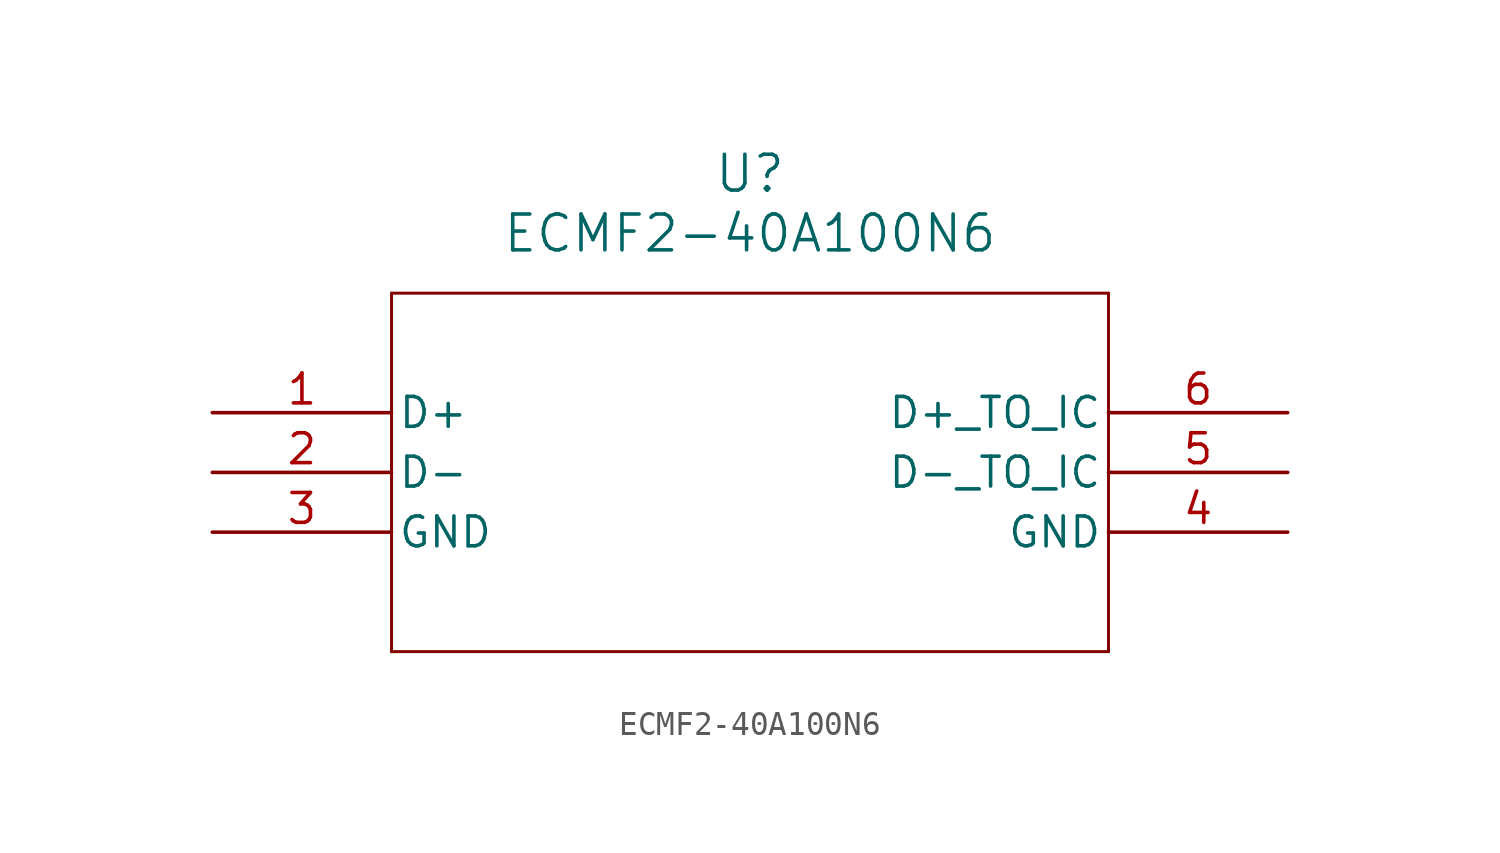
<source format=kicad_sym>
(kicad_symbol_lib
  (version 20211014)
  (generator kicad_symbol_editor)
  (symbol "ECMF2-40A100N6"
    (pin_names
      (offset 0.254))
    (property "Reference" "U"
      (at 22.86 10.16 0)
      (effects (font (size 1.524 1.524))))
    (property "Value" "ECMF2-40A100N6"
      (at 22.86 7.62 0)
      (effects (font (size 1.524 1.524))))
    (symbol "ECMF2-40A100N6_0_1"
      (polyline (pts (xy 7.62 5.08) (xy 7.62 -10.16)) (stroke (width 0.127) (type default) (color 0 0 0 0)) (fill (type none)))
      (polyline (pts (xy 7.62 -10.16) (xy 38.1 -10.16)) (stroke (width 0.127) (type default) (color 0 0 0 0)) (fill (type none)))
      (polyline (pts (xy 38.1 -10.16) (xy 38.1 5.08)) (stroke (width 0.127) (type default) (color 0 0 0 0)) (fill (type none)))
      (polyline (pts (xy 38.1 5.08) (xy 7.62 5.08)) (stroke (width 0.127) (type default) (color 0 0 0 0)) (fill (type none)))
      (pin bidirectional line (at 0 0 0) (length 7.62) (name "D+" (effects (font (size 1.27 1.27)))) (number "1" (effects (font (size 1.27 1.27)))))
      (pin bidirectional line (at 0 -2.54 0) (length 7.62) (name "D-" (effects (font (size 1.27 1.27)))) (number "2" (effects (font (size 1.27 1.27)))))
      (pin power_out line (at 0 -5.08 0) (length 7.62) (name "GND" (effects (font (size 1.27 1.27)))) (number "3" (effects (font (size 1.27 1.27)))))
      (pin power_out line (at 45.72 -5.08 180) (length 7.62) (name "GND" (effects (font (size 1.27 1.27)))) (number "4" (effects (font (size 1.27 1.27)))))
      (pin bidirectional line (at 45.72 -2.54 180) (length 7.62) (name "D- TO IC" (effects (font (size 1.27 1.27)))) (number "5" (effects (font (size 1.27 1.27)))))
      (pin bidirectional line (at 45.72 0 180) (length 7.62) (name "D+ TO IC" (effects (font (size 1.27 1.27)))) (number "6" (effects (font (size 1.27 1.27))))))))
</source>
